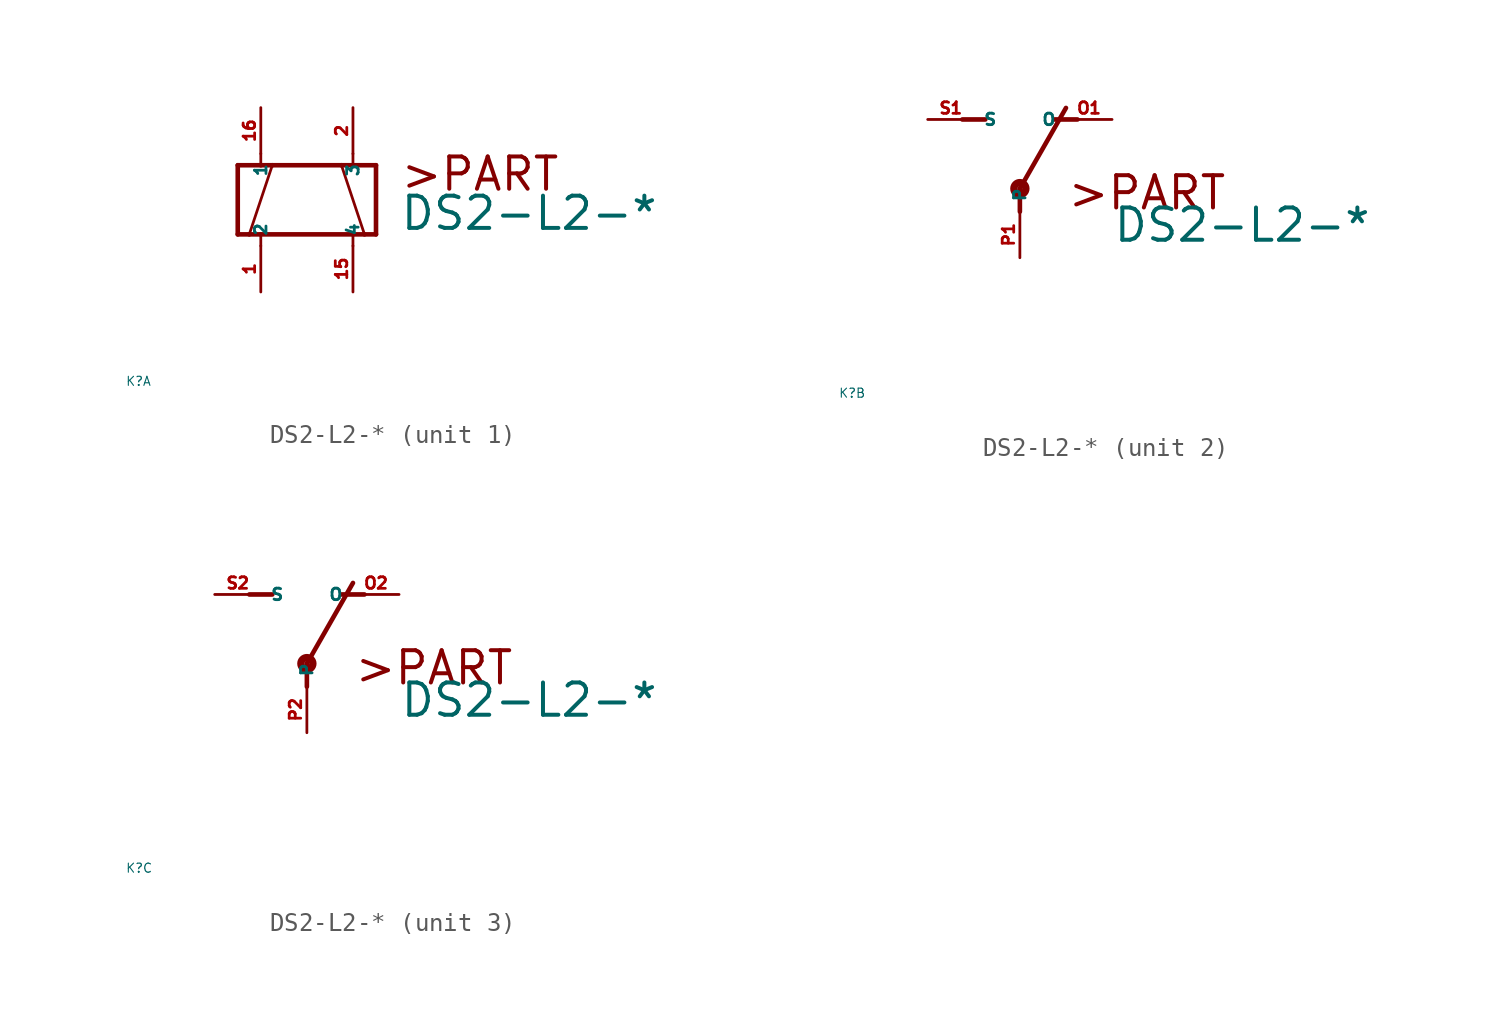
<source format=kicad_sym>
(kicad_symbol_lib
  (version 20220914)
  (generator Eagle2Kicad)
  (symbol "DS2-L2-*"
    (property "Reference" "K"
      (at -10 -10 0)
      (effects (font (size 0.5 0.5) (thickness 0.06)) (justify left)))
    (property "Value" "DS2-L2-*"
      (at 5.08 -1.778 0)
      (effects (font (size 1.778 1.778) (thickness 0.22)) (justify left bottom)))
    (symbol "DS2-L2-*_1_0"
      (polyline (pts (xy -3.81 -1.905) (xy -3.175 -1.905)) (stroke (width 0.254) (type default)) (fill (type none)))
      (polyline (pts (xy 3.81 -1.905) (xy 3.81 1.905)) (stroke (width 0.254) (type default)) (fill (type none)))
      (polyline (pts (xy -3.81 1.905) (xy -3.81 -1.905)) (stroke (width 0.254) (type default)) (fill (type none)))
      (polyline (pts (xy 1.905 1.905) (xy 3.175 -1.905)) (stroke (width 0.152) (type default)) (fill (type none)))
      (polyline (pts (xy -3.175 -1.905) (xy -1.905 1.905)) (stroke (width 0.152) (type default)) (fill (type none)))
      (polyline (pts (xy 2.54 -1.905) (xy 2.54 -2.54)) (stroke (width 0.152) (type default)) (fill (type none)))
      (polyline (pts (xy -3.175 -1.905) (xy -2.54 -1.905)) (stroke (width 0.254) (type default)) (fill (type none)))
      (polyline (pts (xy 3.175 -1.905) (xy 3.81 -1.905)) (stroke (width 0.254) (type default)) (fill (type none)))
      (polyline (pts (xy -1.905 1.905) (xy -2.54 1.905)) (stroke (width 0.254) (type default)) (fill (type none)))
      (polyline (pts (xy 1.905 1.905) (xy 2.54 1.905)) (stroke (width 0.254) (type default)) (fill (type none)))
      (polyline (pts (xy -1.905 1.905) (xy 1.905 1.905)) (stroke (width 0.254) (type default)) (fill (type none)))
      (polyline (pts (xy 2.54 -1.905) (xy 3.175 -1.905)) (stroke (width 0.254) (type default)) (fill (type none)))
      (polyline (pts (xy -2.54 -2.54) (xy -2.54 -1.905)) (stroke (width 0.152) (type default)) (fill (type none)))
      (polyline (pts (xy -2.54 1.905) (xy -2.54 2.54)) (stroke (width 0.152) (type default)) (fill (type none)))
      (polyline (pts (xy -2.54 1.905) (xy -3.81 1.905)) (stroke (width 0.254) (type default)) (fill (type none)))
      (polyline (pts (xy 2.54 1.905) (xy 2.54 2.54)) (stroke (width 0.152) (type default)) (fill (type none)))
      (polyline (pts (xy 2.54 1.905) (xy 3.81 1.905)) (stroke (width 0.254) (type default)) (fill (type none)))
      (polyline (pts (xy -2.54 -1.905) (xy 2.54 -1.905)) (stroke (width 0.254) (type default)) (fill (type none)))
      (text ">PART" (at 5.08 0.381 0) (effects (font (size 1.778 1.778) (thickness 0.22)) (justify left bottom)))
      (pin passive line (at -2.54 5.08 270) (length 2.54) (name "1" (effects (font (size 0.635 0.635) (thickness 0.08)) (justify left bottom))) (number "16" (effects (font (size 0.635 0.635) (thickness 0.08)) (justify left bottom))))
      (pin passive line (at 2.54 -5.08 90) (length 2.54) (name "4" (effects (font (size 0.635 0.635) (thickness 0.08)) (justify left bottom))) (number "15" (effects (font (size 0.635 0.635) (thickness 0.08)) (justify left bottom))))
      (pin passive line (at -2.54 -5.08 90) (length 2.54) (name "2" (effects (font (size 0.635 0.635) (thickness 0.08)) (justify left bottom))) (number "1" (effects (font (size 0.635 0.635) (thickness 0.08)) (justify left bottom))))
      (pin passive line (at 2.54 5.08 270) (length 2.54) (name "3" (effects (font (size 0.635 0.635) (thickness 0.08)) (justify left bottom))) (number "2" (effects (font (size 0.635 0.635) (thickness 0.08)) (justify left bottom)))))
    (symbol "DS2-L2-*_2_0"
      (polyline (pts (xy 3.175 5.08) (xy 1.905 5.08)) (stroke (width 0.254) (type default)) (fill (type none)))
      (polyline (pts (xy -3.175 5.08) (xy -1.905 5.08)) (stroke (width 0.254) (type default)) (fill (type none)))
      (polyline (pts (xy 0 1.27) (xy 2.54 5.715)) (stroke (width 0.254) (type default)) (fill (type none)))
      (polyline (pts (xy 0 1.27) (xy 0 0)) (stroke (width 0.254) (type default)) (fill (type none)))
      (text ">PART" (at 2.54 0 0) (effects (font (size 1.778 1.778) (thickness 0.22)) (justify left bottom)))
      (circle (center 0 1.27) (radius 0.127) (stroke (width 0.406) (type default)) (fill (type none)))
      (pin passive line (at 5.08 5.08 180) (length 2.54) (name "O" (effects (font (size 0.635 0.635) (thickness 0.08)) (justify left bottom))) (number "O1" (effects (font (size 0.635 0.635) (thickness 0.08)) (justify left bottom))))
      (pin passive line (at -5.08 5.08 0) (length 2.54) (name "S" (effects (font (size 0.635 0.635) (thickness 0.08)) (justify left bottom))) (number "S1" (effects (font (size 0.635 0.635) (thickness 0.08)) (justify left bottom))))
      (pin passive line (at 0 -2.54 90) (length 2.54) (name "P" (effects (font (size 0.635 0.635) (thickness 0.08)) (justify left bottom))) (number "P1" (effects (font (size 0.635 0.635) (thickness 0.08)) (justify left bottom)))))
    (symbol "DS2-L2-*_3_0"
      (polyline (pts (xy 3.175 5.08) (xy 1.905 5.08)) (stroke (width 0.254) (type default)) (fill (type none)))
      (polyline (pts (xy -3.175 5.08) (xy -1.905 5.08)) (stroke (width 0.254) (type default)) (fill (type none)))
      (polyline (pts (xy 0 1.27) (xy 2.54 5.715)) (stroke (width 0.254) (type default)) (fill (type none)))
      (polyline (pts (xy 0 1.27) (xy 0 0)) (stroke (width 0.254) (type default)) (fill (type none)))
      (text ">PART" (at 2.54 0 0) (effects (font (size 1.778 1.778) (thickness 0.22)) (justify left bottom)))
      (circle (center 0 1.27) (radius 0.127) (stroke (width 0.406) (type default)) (fill (type none)))
      (pin passive line (at 5.08 5.08 180) (length 2.54) (name "O" (effects (font (size 0.635 0.635) (thickness 0.08)) (justify left bottom))) (number "O2" (effects (font (size 0.635 0.635) (thickness 0.08)) (justify left bottom))))
      (pin passive line (at -5.08 5.08 0) (length 2.54) (name "S" (effects (font (size 0.635 0.635) (thickness 0.08)) (justify left bottom))) (number "S2" (effects (font (size 0.635 0.635) (thickness 0.08)) (justify left bottom))))
      (pin passive line (at 0 -2.54 90) (length 2.54) (name "P" (effects (font (size 0.635 0.635) (thickness 0.08)) (justify left bottom))) (number "P2" (effects (font (size 0.635 0.635) (thickness 0.08)) (justify left bottom)))))))
</source>
